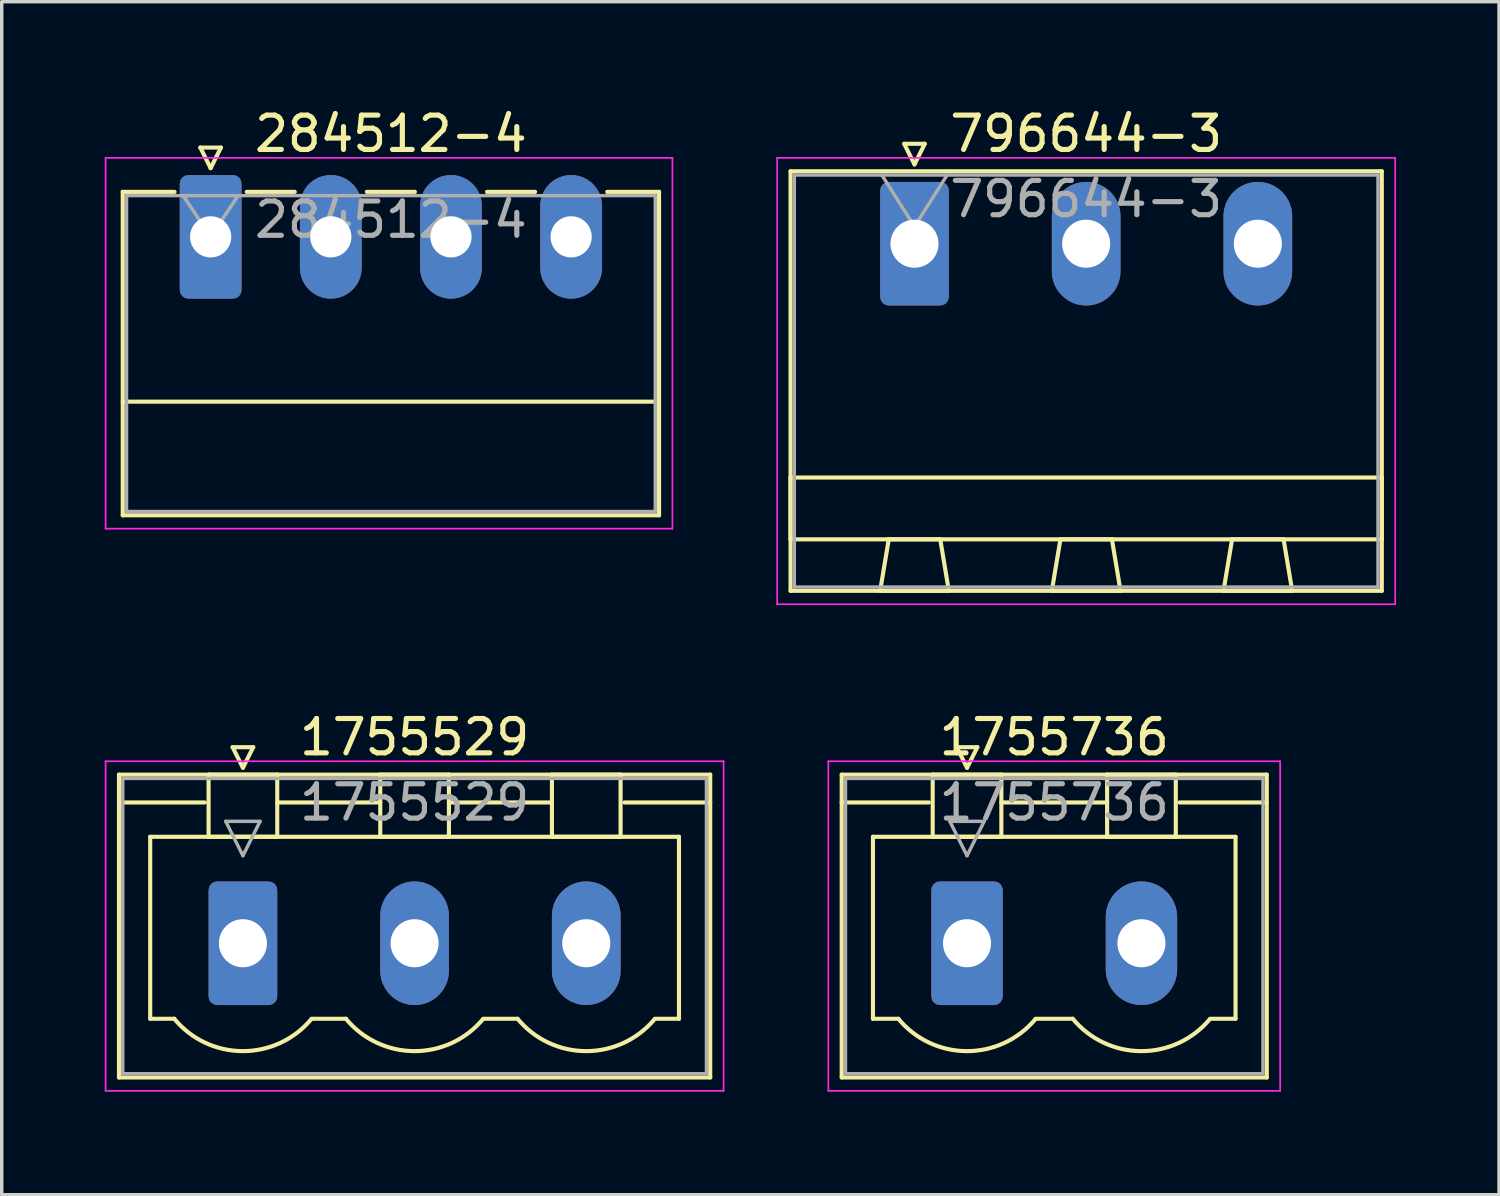
<source format=kicad_pcb>
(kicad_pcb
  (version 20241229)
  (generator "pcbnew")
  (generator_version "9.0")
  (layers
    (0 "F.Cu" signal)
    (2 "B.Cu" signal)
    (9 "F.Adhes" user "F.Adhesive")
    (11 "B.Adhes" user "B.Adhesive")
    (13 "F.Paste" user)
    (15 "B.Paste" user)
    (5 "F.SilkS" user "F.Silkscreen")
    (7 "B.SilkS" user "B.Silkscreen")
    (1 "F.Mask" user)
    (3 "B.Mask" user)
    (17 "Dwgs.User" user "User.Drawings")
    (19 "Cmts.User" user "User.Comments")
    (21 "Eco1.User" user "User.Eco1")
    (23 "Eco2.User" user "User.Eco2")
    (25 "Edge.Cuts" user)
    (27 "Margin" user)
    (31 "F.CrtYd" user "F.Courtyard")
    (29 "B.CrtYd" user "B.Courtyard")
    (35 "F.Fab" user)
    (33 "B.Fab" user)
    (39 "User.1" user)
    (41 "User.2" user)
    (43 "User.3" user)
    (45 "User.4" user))
  (footprint "1755736"
    (layer "F.Cu")
    (at 25.115 24.422)
    (property "Reference" "1755736" (at 2.54 -6 0) (layer "F.SilkS") (effects (font (size 1 1) (thickness 0.15))))
    (attr through_hole)
    (fp_line (start -3.65 -4.91) (end -3.65 3.91) (stroke (width 0.12) (type solid)) (layer "F.SilkS"))
    (fp_line (start -3.65 -4.1) (end -1.11 -4.1) (stroke (width 0.12) (type solid)) (layer "F.SilkS"))
    (fp_line (start -3.65 3.91) (end 8.73 3.91) (stroke (width 0.12) (type solid)) (layer "F.SilkS"))
    (fp_line (start -2.74 -3.1) (end 7.82 -3.1) (stroke (width 0.12) (type solid)) (layer "F.SilkS"))
    (fp_line (start -2.74 2.2) (end -2.74 -3.1) (stroke (width 0.12) (type solid)) (layer "F.SilkS"))
    (fp_line (start -2 2.2) (end -2.74 2.2) (stroke (width 0.12) (type solid)) (layer "F.SilkS"))
    (fp_line (start -1 -4.91) (end 1 -4.91) (stroke (width 0.12) (type solid)) (layer "F.SilkS"))
    (fp_line (start -1 -3.1) (end -1 -4.91) (stroke (width 0.12) (type solid)) (layer "F.SilkS"))
    (fp_line (start -0.3 -5.71) (end 0.3 -5.71) (stroke (width 0.12) (type solid)) (layer "F.SilkS"))
    (fp_line (start 0 -5.11) (end -0.3 -5.71) (stroke (width 0.12) (type solid)) (layer "F.SilkS"))
    (fp_line (start 0.3 -5.71) (end 0 -5.11) (stroke (width 0.12) (type solid)) (layer "F.SilkS"))
    (fp_line (start 1 -4.91) (end 1 -3.1) (stroke (width 0.12) (type solid)) (layer "F.SilkS"))
    (fp_line (start 1 -4.1) (end 4.08 -4.1) (stroke (width 0.12) (type solid)) (layer "F.SilkS"))
    (fp_line (start 1 -3.1) (end -1 -3.1) (stroke (width 0.12) (type solid)) (layer "F.SilkS"))
    (fp_line (start 2 2.2) (end 3.08 2.2) (stroke (width 0.12) (type solid)) (layer "F.SilkS"))
    (fp_line (start 4.08 -4.91) (end 6.08 -4.91) (stroke (width 0.12) (type solid)) (layer "F.SilkS"))
    (fp_line (start 4.08 -3.1) (end 4.08 -4.91) (stroke (width 0.12) (type solid)) (layer "F.SilkS"))
    (fp_line (start 6.08 -4.91) (end 6.08 -3.1) (stroke (width 0.12) (type solid)) (layer "F.SilkS"))
    (fp_line (start 6.08 -3.1) (end 4.08 -3.1) (stroke (width 0.12) (type solid)) (layer "F.SilkS"))
    (fp_line (start 7.82 -3.1) (end 7.82 2.2) (stroke (width 0.12) (type solid)) (layer "F.SilkS"))
    (fp_line (start 7.82 2.2) (end 7.08 2.2) (stroke (width 0.12) (type solid)) (layer "F.SilkS"))
    (fp_line (start 8.73 -4.91) (end -3.65 -4.91) (stroke (width 0.12) (type solid)) (layer "F.SilkS"))
    (fp_line (start 8.73 -4.1) (end 6.19 -4.1) (stroke (width 0.12) (type solid)) (layer "F.SilkS"))
    (fp_line (start 8.73 3.91) (end 8.73 -4.91) (stroke (width 0.12) (type solid)) (layer "F.SilkS"))
    (fp_arc (start 1.986842 2.215821) (mid -0.010289 3.142758) (end -2 2.2) (stroke (width 0.12) (type solid)) (layer "F.SilkS"))
    (fp_arc (start 7.066842 2.215821) (mid 5.069711 3.142758) (end 3.08 2.2) (stroke (width 0.12) (type solid)) (layer "F.SilkS"))
    (fp_line (start -4.04 -5.3) (end -4.04 4.3) (stroke (width 0.05) (type solid)) (layer "F.CrtYd"))
    (fp_line (start -4.04 4.3) (end 9.12 4.3) (stroke (width 0.05) (type solid)) (layer "F.CrtYd"))
    (fp_line (start 9.12 -5.3) (end -4.04 -5.3) (stroke (width 0.05) (type solid)) (layer "F.CrtYd"))
    (fp_line (start 9.12 4.3) (end 9.12 -5.3) (stroke (width 0.05) (type solid)) (layer "F.CrtYd"))
    (fp_line (start -3.54 -4.8) (end -3.54 3.8) (stroke (width 0.1) (type solid)) (layer "F.Fab"))
    (fp_line (start -3.54 3.8) (end 8.62 3.8) (stroke (width 0.1) (type solid)) (layer "F.Fab"))
    (fp_line (start -0.5 -3.55) (end 0.5 -3.55) (stroke (width 0.1) (type solid)) (layer "F.Fab"))
    (fp_line (start 0 -2.55) (end -0.5 -3.55) (stroke (width 0.1) (type solid)) (layer "F.Fab"))
    (fp_line (start 0.5 -3.55) (end 0 -2.55) (stroke (width 0.1) (type solid)) (layer "F.Fab"))
    (fp_line (start 8.62 -4.8) (end -3.54 -4.8) (stroke (width 0.1) (type solid)) (layer "F.Fab"))
    (fp_line (start 8.62 3.8) (end 8.62 -4.8) (stroke (width 0.1) (type solid)) (layer "F.Fab"))
    (fp_text user "${REFERENCE}" (at 2.54 -4.1 0) (layer "F.Fab") (effects (font (size 1 1) (thickness 0.15))))
    (pad "1" thru_hole roundrect (at 0 0) (size 2.08 3.6) (drill 1.4) (layers "*.Cu" "*.Mask") (roundrect_rratio 0.12))
    (pad "2" thru_hole oval (at 5.08 0) (size 2.08 3.6) (drill 1.4) (layers "*.Cu" "*.Mask")))
  (footprint "796644-3"
    (layer "F.Cu")
    (at 23.585 4.048)
    (property "Reference" "796644-3" (at 5 -3.2 0) (layer "F.SilkS") (effects (font (size 1 1) (thickness 0.15))))
    (attr through_hole)
    (fp_line (start -3.61 -2.11) (end -3.61 10.11) (stroke (width 0.12) (type solid)) (layer "F.SilkS"))
    (fp_line (start -3.61 6.81) (end 13.61 6.81) (stroke (width 0.12) (type solid)) (layer "F.SilkS"))
    (fp_line (start -3.61 8.61) (end -3.61 6.81) (stroke (width 0.12) (type solid)) (layer "F.SilkS"))
    (fp_line (start -3.61 10.11) (end 13.61 10.11) (stroke (width 0.12) (type solid)) (layer "F.SilkS"))
    (fp_line (start -1 10.11) (end 1 10.11) (stroke (width 0.12) (type solid)) (layer "F.SilkS"))
    (fp_line (start -0.75 8.61) (end -1 10.11) (stroke (width 0.12) (type solid)) (layer "F.SilkS"))
    (fp_line (start -0.3 -2.91) (end 0.3 -2.91) (stroke (width 0.12) (type solid)) (layer "F.SilkS"))
    (fp_line (start 0 -2.31) (end -0.3 -2.91) (stroke (width 0.12) (type solid)) (layer "F.SilkS"))
    (fp_line (start 0.3 -2.91) (end 0 -2.31) (stroke (width 0.12) (type solid)) (layer "F.SilkS"))
    (fp_line (start 0.75 8.61) (end -0.75 8.61) (stroke (width 0.12) (type solid)) (layer "F.SilkS"))
    (fp_line (start 1 10.11) (end 0.75 8.61) (stroke (width 0.12) (type solid)) (layer "F.SilkS"))
    (fp_line (start 4 10.11) (end 6 10.11) (stroke (width 0.12) (type solid)) (layer "F.SilkS"))
    (fp_line (start 4.25 8.61) (end 4 10.11) (stroke (width 0.12) (type solid)) (layer "F.SilkS"))
    (fp_line (start 5.75 8.61) (end 4.25 8.61) (stroke (width 0.12) (type solid)) (layer "F.SilkS"))
    (fp_line (start 6 10.11) (end 5.75 8.61) (stroke (width 0.12) (type solid)) (layer "F.SilkS"))
    (fp_line (start 9 10.11) (end 11 10.11) (stroke (width 0.12) (type solid)) (layer "F.SilkS"))
    (fp_line (start 9.25 8.61) (end 9 10.11) (stroke (width 0.12) (type solid)) (layer "F.SilkS"))
    (fp_line (start 10.75 8.61) (end 9.25 8.61) (stroke (width 0.12) (type solid)) (layer "F.SilkS"))
    (fp_line (start 11 10.11) (end 10.75 8.61) (stroke (width 0.12) (type solid)) (layer "F.SilkS"))
    (fp_line (start 13.61 -2.11) (end -3.61 -2.11) (stroke (width 0.12) (type solid)) (layer "F.SilkS"))
    (fp_line (start 13.61 6.81) (end 13.61 8.61) (stroke (width 0.12) (type solid)) (layer "F.SilkS"))
    (fp_line (start 13.61 8.61) (end -3.61 8.61) (stroke (width 0.12) (type solid)) (layer "F.SilkS"))
    (fp_line (start 13.61 10.11) (end 13.61 -2.11) (stroke (width 0.12) (type solid)) (layer "F.SilkS"))
    (fp_line (start -4 -2.5) (end -4 10.5) (stroke (width 0.05) (type solid)) (layer "F.CrtYd"))
    (fp_line (start -4 10.5) (end 14 10.5) (stroke (width 0.05) (type solid)) (layer "F.CrtYd"))
    (fp_line (start 14 -2.5) (end -4 -2.5) (stroke (width 0.05) (type solid)) (layer "F.CrtYd"))
    (fp_line (start 14 10.5) (end 14 -2.5) (stroke (width 0.05) (type solid)) (layer "F.CrtYd"))
    (fp_line (start -3.5 -2) (end -3.5 10) (stroke (width 0.1) (type solid)) (layer "F.Fab"))
    (fp_line (start -3.5 10) (end 13.5 10) (stroke (width 0.1) (type solid)) (layer "F.Fab"))
    (fp_line (start 0 -0.5) (end -0.95 -2) (stroke (width 0.1) (type solid)) (layer "F.Fab"))
    (fp_line (start 0.95 -2) (end 0 -0.5) (stroke (width 0.1) (type solid)) (layer "F.Fab"))
    (fp_line (start 13.5 -2) (end -3.5 -2) (stroke (width 0.1) (type solid)) (layer "F.Fab"))
    (fp_line (start 13.5 10) (end 13.5 -2) (stroke (width 0.1) (type solid)) (layer "F.Fab"))
    (fp_text user "${REFERENCE}" (at 5 -1.3 0) (layer "F.Fab") (effects (font (size 1 1) (thickness 0.15))))
    (pad "1" thru_hole roundrect (at 0 0) (size 2 3.6) (drill 1.4) (layers "*.Cu" "*.Mask") (roundrect_rratio 0.125))
    (pad "2" thru_hole oval (at 5 0) (size 2 3.6) (drill 1.4) (layers "*.Cu" "*.Mask"))
    (pad "3" thru_hole oval (at 10 0) (size 2 3.6) (drill 1.4) (layers "*.Cu" "*.Mask")))
  (footprint "284512-4"
    (layer "F.Cu")
    (at 3.085 3.848)
    (property "Reference" "284512-4" (at 5.25 -3 0) (layer "F.SilkS") (effects (font (size 1 1) (thickness 0.15))))
    (attr through_hole)
    (fp_line (start -2.56 -1.31) (end -2.56 8.11) (stroke (width 0.12) (type solid)) (layer "F.SilkS"))
    (fp_line (start -2.56 -1.31) (end -1.05 -1.31) (stroke (width 0.12) (type solid)) (layer "F.SilkS"))
    (fp_line (start -2.56 4.8) (end 13.06 4.8) (stroke (width 0.12) (type solid)) (layer "F.SilkS"))
    (fp_line (start -2.56 8.11) (end 13.06 8.11) (stroke (width 0.12) (type solid)) (layer "F.SilkS"))
    (fp_line (start -0.3 -2.6) (end 0.3 -2.6) (stroke (width 0.12) (type solid)) (layer "F.SilkS"))
    (fp_line (start 0 -2) (end -0.3 -2.6) (stroke (width 0.12) (type solid)) (layer "F.SilkS"))
    (fp_line (start 0.3 -2.6) (end 0 -2) (stroke (width 0.12) (type solid)) (layer "F.SilkS"))
    (fp_line (start 1.05 -1.31) (end 2.45 -1.31) (stroke (width 0.12) (type solid)) (layer "F.SilkS"))
    (fp_line (start 4.55 -1.31) (end 5.95 -1.31) (stroke (width 0.12) (type solid)) (layer "F.SilkS"))
    (fp_line (start 8.05 -1.31) (end 9.45 -1.31) (stroke (width 0.12) (type solid)) (layer "F.SilkS"))
    (fp_line (start 13.06 -1.31) (end 11.55 -1.31) (stroke (width 0.12) (type solid)) (layer "F.SilkS"))
    (fp_line (start 13.06 8.11) (end 13.06 -1.31) (stroke (width 0.12) (type solid)) (layer "F.SilkS"))
    (fp_line (start -3.06 -2.3) (end -3.06 8.5) (stroke (width 0.05) (type solid)) (layer "F.CrtYd"))
    (fp_line (start -3.06 8.5) (end 13.45 8.5) (stroke (width 0.05) (type solid)) (layer "F.CrtYd"))
    (fp_line (start 13.45 -2.3) (end -3.06 -2.3) (stroke (width 0.05) (type solid)) (layer "F.CrtYd"))
    (fp_line (start 13.45 8.5) (end 13.45 -2.3) (stroke (width 0.05) (type solid)) (layer "F.CrtYd"))
    (fp_line (start -2.45 -1.2) (end -2.45 8) (stroke (width 0.1) (type solid)) (layer "F.Fab"))
    (fp_line (start -2.45 8) (end 12.95 8) (stroke (width 0.1) (type solid)) (layer "F.Fab"))
    (fp_line (start 0 0) (end -0.8 -1.2) (stroke (width 0.1) (type solid)) (layer "F.Fab"))
    (fp_line (start 0.8 -1.2) (end 0 0) (stroke (width 0.1) (type solid)) (layer "F.Fab"))
    (fp_line (start 12.95 -1.2) (end -2.45 -1.2) (stroke (width 0.1) (type solid)) (layer "F.Fab"))
    (fp_line (start 12.95 8) (end 12.95 -1.2) (stroke (width 0.1) (type solid)) (layer "F.Fab"))
    (fp_text user "${REFERENCE}" (at 5.25 -0.5 0) (layer "F.Fab") (effects (font (size 1 1) (thickness 0.15))))
    (pad "1" thru_hole roundrect (at 0 0) (size 1.8 3.6) (drill 1.2) (layers "*.Cu" "*.Mask") (roundrect_rratio 0.139))
    (pad "2" thru_hole oval (at 3.5 0) (size 1.8 3.6) (drill 1.2) (layers "*.Cu" "*.Mask"))
    (pad "3" thru_hole oval (at 7 0) (size 1.8 3.6) (drill 1.2) (layers "*.Cu" "*.Mask"))
    (pad "4" thru_hole oval (at 10.5 0) (size 1.8 3.6) (drill 1.2) (layers "*.Cu" "*.Mask")))
  (footprint "1755529"
    (layer "F.Cu")
    (at 4.025 24.422)
    (property "Reference" "1755529" (at 5 -6 0) (layer "F.SilkS") (effects (font (size 1 1) (thickness 0.15))))
    (attr through_hole)
    (fp_line (start -3.61 -4.91) (end -3.61 3.91) (stroke (width 0.12) (type solid)) (layer "F.SilkS"))
    (fp_line (start -3.61 -4.1) (end -1.11 -4.1) (stroke (width 0.12) (type solid)) (layer "F.SilkS"))
    (fp_line (start -3.61 3.91) (end 13.61 3.91) (stroke (width 0.12) (type solid)) (layer "F.SilkS"))
    (fp_line (start -2.7 -3.1) (end 12.7 -3.1) (stroke (width 0.12) (type solid)) (layer "F.SilkS"))
    (fp_line (start -2.7 2.2) (end -2.7 -3.1) (stroke (width 0.12) (type solid)) (layer "F.SilkS"))
    (fp_line (start -2 2.2) (end -2.7 2.2) (stroke (width 0.12) (type solid)) (layer "F.SilkS"))
    (fp_line (start -1 -4.91) (end 1 -4.91) (stroke (width 0.12) (type solid)) (layer "F.SilkS"))
    (fp_line (start -1 -3.1) (end -1 -4.91) (stroke (width 0.12) (type solid)) (layer "F.SilkS"))
    (fp_line (start -0.3 -5.71) (end 0.3 -5.71) (stroke (width 0.12) (type solid)) (layer "F.SilkS"))
    (fp_line (start 0 -5.11) (end -0.3 -5.71) (stroke (width 0.12) (type solid)) (layer "F.SilkS"))
    (fp_line (start 0.3 -5.71) (end 0 -5.11) (stroke (width 0.12) (type solid)) (layer "F.SilkS"))
    (fp_line (start 1 -4.91) (end 1 -3.1) (stroke (width 0.12) (type solid)) (layer "F.SilkS"))
    (fp_line (start 1 -4.1) (end 4 -4.1) (stroke (width 0.12) (type solid)) (layer "F.SilkS"))
    (fp_line (start 1 -3.1) (end -1 -3.1) (stroke (width 0.12) (type solid)) (layer "F.SilkS"))
    (fp_line (start 2 2.2) (end 3 2.2) (stroke (width 0.12) (type solid)) (layer "F.SilkS"))
    (fp_line (start 4 -4.91) (end 6 -4.91) (stroke (width 0.12) (type solid)) (layer "F.SilkS"))
    (fp_line (start 4 -3.1) (end 4 -4.91) (stroke (width 0.12) (type solid)) (layer "F.SilkS"))
    (fp_line (start 6 -4.91) (end 6 -3.1) (stroke (width 0.12) (type solid)) (layer "F.SilkS"))
    (fp_line (start 6 -4.1) (end 9 -4.1) (stroke (width 0.12) (type solid)) (layer "F.SilkS"))
    (fp_line (start 6 -3.1) (end 4 -3.1) (stroke (width 0.12) (type solid)) (layer "F.SilkS"))
    (fp_line (start 7 2.2) (end 8 2.2) (stroke (width 0.12) (type solid)) (layer "F.SilkS"))
    (fp_line (start 9 -4.91) (end 11 -4.91) (stroke (width 0.12) (type solid)) (layer "F.SilkS"))
    (fp_line (start 9 -3.1) (end 9 -4.91) (stroke (width 0.12) (type solid)) (layer "F.SilkS"))
    (fp_line (start 11 -4.91) (end 11 -3.1) (stroke (width 0.12) (type solid)) (layer "F.SilkS"))
    (fp_line (start 11 -3.1) (end 9 -3.1) (stroke (width 0.12) (type solid)) (layer "F.SilkS"))
    (fp_line (start 12.7 -3.1) (end 12.7 2.2) (stroke (width 0.12) (type solid)) (layer "F.SilkS"))
    (fp_line (start 12.7 2.2) (end 12 2.2) (stroke (width 0.12) (type solid)) (layer "F.SilkS"))
    (fp_line (start 13.61 -4.91) (end -3.61 -4.91) (stroke (width 0.12) (type solid)) (layer "F.SilkS"))
    (fp_line (start 13.61 -4.1) (end 11.11 -4.1) (stroke (width 0.12) (type solid)) (layer "F.SilkS"))
    (fp_line (start 13.61 3.91) (end 13.61 -4.91) (stroke (width 0.12) (type solid)) (layer "F.SilkS"))
    (fp_arc (start 1.986842 2.215821) (mid -0.010289 3.142758) (end -2 2.2) (stroke (width 0.12) (type solid)) (layer "F.SilkS"))
    (fp_arc (start 6.986842 2.215821) (mid 4.989711 3.142758) (end 3 2.2) (stroke (width 0.12) (type solid)) (layer "F.SilkS"))
    (fp_arc (start 11.986842 2.215821) (mid 9.989711 3.142758) (end 8 2.2) (stroke (width 0.12) (type solid)) (layer "F.SilkS"))
    (fp_line (start -4 -5.3) (end -4 4.3) (stroke (width 0.05) (type solid)) (layer "F.CrtYd"))
    (fp_line (start -4 4.3) (end 14 4.3) (stroke (width 0.05) (type solid)) (layer "F.CrtYd"))
    (fp_line (start 14 -5.3) (end -4 -5.3) (stroke (width 0.05) (type solid)) (layer "F.CrtYd"))
    (fp_line (start 14 4.3) (end 14 -5.3) (stroke (width 0.05) (type solid)) (layer "F.CrtYd"))
    (fp_line (start -3.5 -4.8) (end -3.5 3.8) (stroke (width 0.1) (type solid)) (layer "F.Fab"))
    (fp_line (start -3.5 3.8) (end 13.5 3.8) (stroke (width 0.1) (type solid)) (layer "F.Fab"))
    (fp_line (start -0.5 -3.55) (end 0.5 -3.55) (stroke (width 0.1) (type solid)) (layer "F.Fab"))
    (fp_line (start 0 -2.55) (end -0.5 -3.55) (stroke (width 0.1) (type solid)) (layer "F.Fab"))
    (fp_line (start 0.5 -3.55) (end 0 -2.55) (stroke (width 0.1) (type solid)) (layer "F.Fab"))
    (fp_line (start 13.5 -4.8) (end -3.5 -4.8) (stroke (width 0.1) (type solid)) (layer "F.Fab"))
    (fp_line (start 13.5 3.8) (end 13.5 -4.8) (stroke (width 0.1) (type solid)) (layer "F.Fab"))
    (fp_text user "${REFERENCE}" (at 5 -4.1 0) (layer "F.Fab") (effects (font (size 1 1) (thickness 0.15))))
    (pad "1" thru_hole roundrect (at 0 0) (size 2 3.6) (drill 1.4) (layers "*.Cu" "*.Mask") (roundrect_rratio 0.125))
    (pad "2" thru_hole oval (at 5 0) (size 2 3.6) (drill 1.4) (layers "*.Cu" "*.Mask"))
    (pad "3" thru_hole oval (at 10 0) (size 2 3.6) (drill 1.4) (layers "*.Cu" "*.Mask")))
  (gr_rect
    (start -3 -3)
    (end 40.61 31.747)
    (stroke (width 0.1) (type default))
    (fill no)
    (layer "Edge.Cuts")))
</source>
